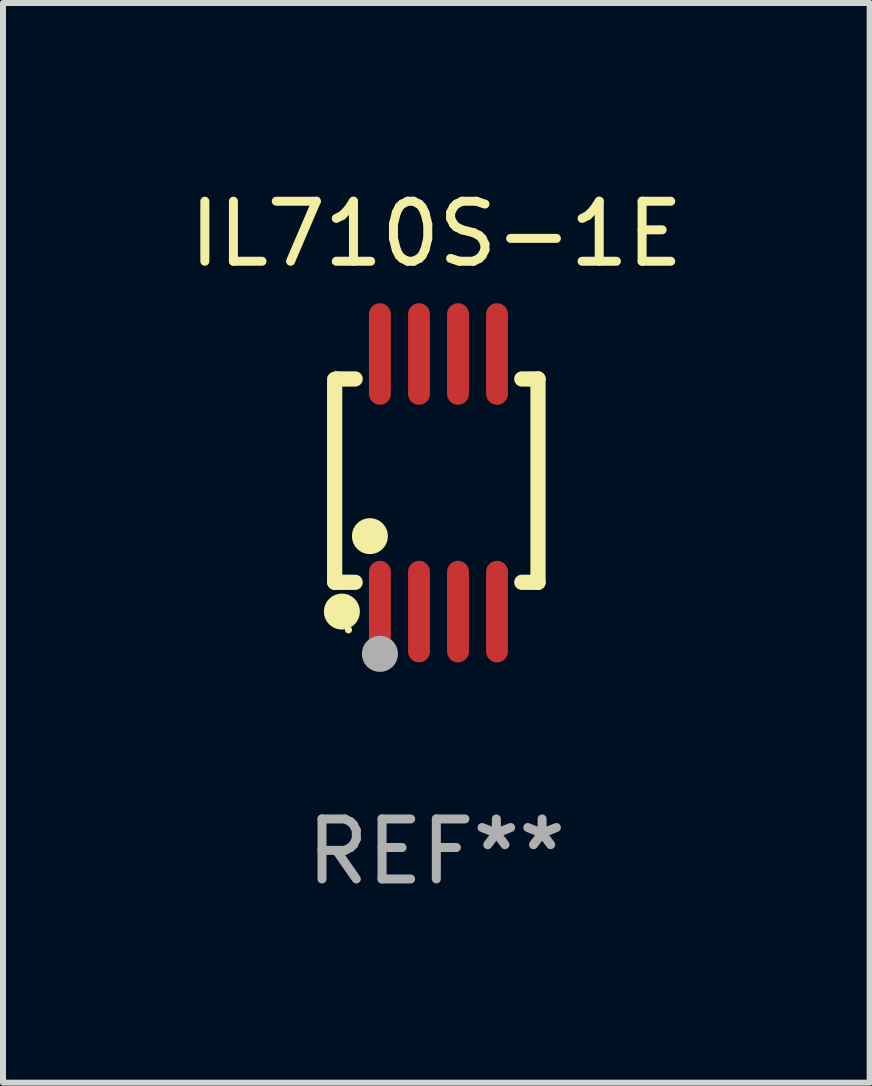
<source format=kicad_pcb>
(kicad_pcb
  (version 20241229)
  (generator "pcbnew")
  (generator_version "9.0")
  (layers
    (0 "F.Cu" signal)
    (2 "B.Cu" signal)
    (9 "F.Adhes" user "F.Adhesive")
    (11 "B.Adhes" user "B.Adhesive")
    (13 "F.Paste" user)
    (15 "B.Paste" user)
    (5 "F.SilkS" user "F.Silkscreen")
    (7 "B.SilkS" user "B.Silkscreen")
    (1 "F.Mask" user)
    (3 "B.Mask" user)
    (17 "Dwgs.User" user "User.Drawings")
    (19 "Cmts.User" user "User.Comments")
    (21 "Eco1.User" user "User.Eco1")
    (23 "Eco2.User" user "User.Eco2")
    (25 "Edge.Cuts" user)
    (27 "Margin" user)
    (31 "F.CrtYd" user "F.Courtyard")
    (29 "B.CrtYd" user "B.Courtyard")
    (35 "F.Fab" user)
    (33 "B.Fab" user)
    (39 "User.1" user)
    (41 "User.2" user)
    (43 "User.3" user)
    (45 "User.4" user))
  (footprint "IL710S-1E"
    (layer "F.Cu")
    (at 4.22 4.994)
    (property "Reference" "IL710S-1E" (at 0 -4.146 0) (layer "F.SilkS") (effects (font (size 1 1) (thickness 0.15))))
    (attr through_hole)
    (fp_line (start -1.694 -1.724) (end -1.694 1.652) (stroke (width 0.254) (type solid)) (layer "F.SilkS"))
    (fp_line (start -1.694 1.652) (end -1.688 1.658) (stroke (width 0.254) (type solid)) (layer "F.SilkS"))
    (fp_line (start -1.688 1.658) (end -1.353 1.658) (stroke (width 0.254) (type solid)) (layer "F.SilkS"))
    (fp_line (start -1.661 -1.73) (end -1.681 -1.71) (stroke (width 0.254) (type solid)) (layer "F.SilkS"))
    (fp_line (start -1.353 -1.73) (end -1.661 -1.73) (stroke (width 0.254) (type solid)) (layer "F.SilkS"))
    (fp_line (start 1.424 1.658) (end 1.694 1.658) (stroke (width 0.254) (type solid)) (layer "F.SilkS"))
    (fp_line (start 1.694 -1.73) (end 1.424 -1.73) (stroke (width 0.254) (type solid)) (layer "F.SilkS"))
    (fp_line (start 1.694 1.658) (end 1.694 -1.73) (stroke (width 0.254) (type solid)) (layer "F.SilkS"))
    (fp_circle (center -1.574 2.146) (end -1.424 2.146) (stroke (width 0.3) (type solid)) (fill no) (layer "F.SilkS"))
    (fp_circle (center -1.464 2.45) (end -1.434 2.45) (stroke (width 0.06) (type solid)) (fill no) (layer "F.SilkS"))
    (fp_circle (center -1.107 0.889) (end -0.957 0.889) (stroke (width 0.3) (type solid)) (fill no) (layer "F.SilkS"))
    (fp_circle (center -0.94 2.85) (end -0.789 2.85) (stroke (width 0.3) (type solid)) (fill no) (layer "F.Fab"))
    (fp_text user "REF**" (at 0 6.146 0) (layer "F.Fab") (effects (font (size 1 1) (thickness 0.15))))
    (pad "1" smd oval (at -0.94 2.146) (size 0.364 1.692) (layers "F.Cu" "F.Mask" "F.Paste"))
    (pad "2" smd oval (at -0.289 2.146) (size 0.364 1.692) (layers "F.Cu" "F.Mask" "F.Paste"))
    (pad "3" smd oval (at 0.361 2.146) (size 0.364 1.692) (layers "F.Cu" "F.Mask" "F.Paste"))
    (pad "4" smd oval (at 1.011 2.146) (size 0.364 1.692) (layers "F.Cu" "F.Mask" "F.Paste"))
    (pad "5" smd oval (at 1.011 -2.146) (size 0.364 1.692) (layers "F.Cu" "F.Mask" "F.Paste"))
    (pad "6" smd oval (at 0.361 -2.146) (size 0.364 1.692) (layers "F.Cu" "F.Mask" "F.Paste"))
    (pad "7" smd oval (at -0.289 -2.146) (size 0.364 1.692) (layers "F.Cu" "F.Mask" "F.Paste"))
    (pad "8" smd oval (at -0.94 -2.146) (size 0.364 1.692) (layers "F.Cu" "F.Mask" "F.Paste")))
  (gr_rect
    (start -3 -3)
    (end 11.44 14.989)
    (stroke (width 0.1) (type default))
    (fill no)
    (layer "Edge.Cuts")))
</source>
